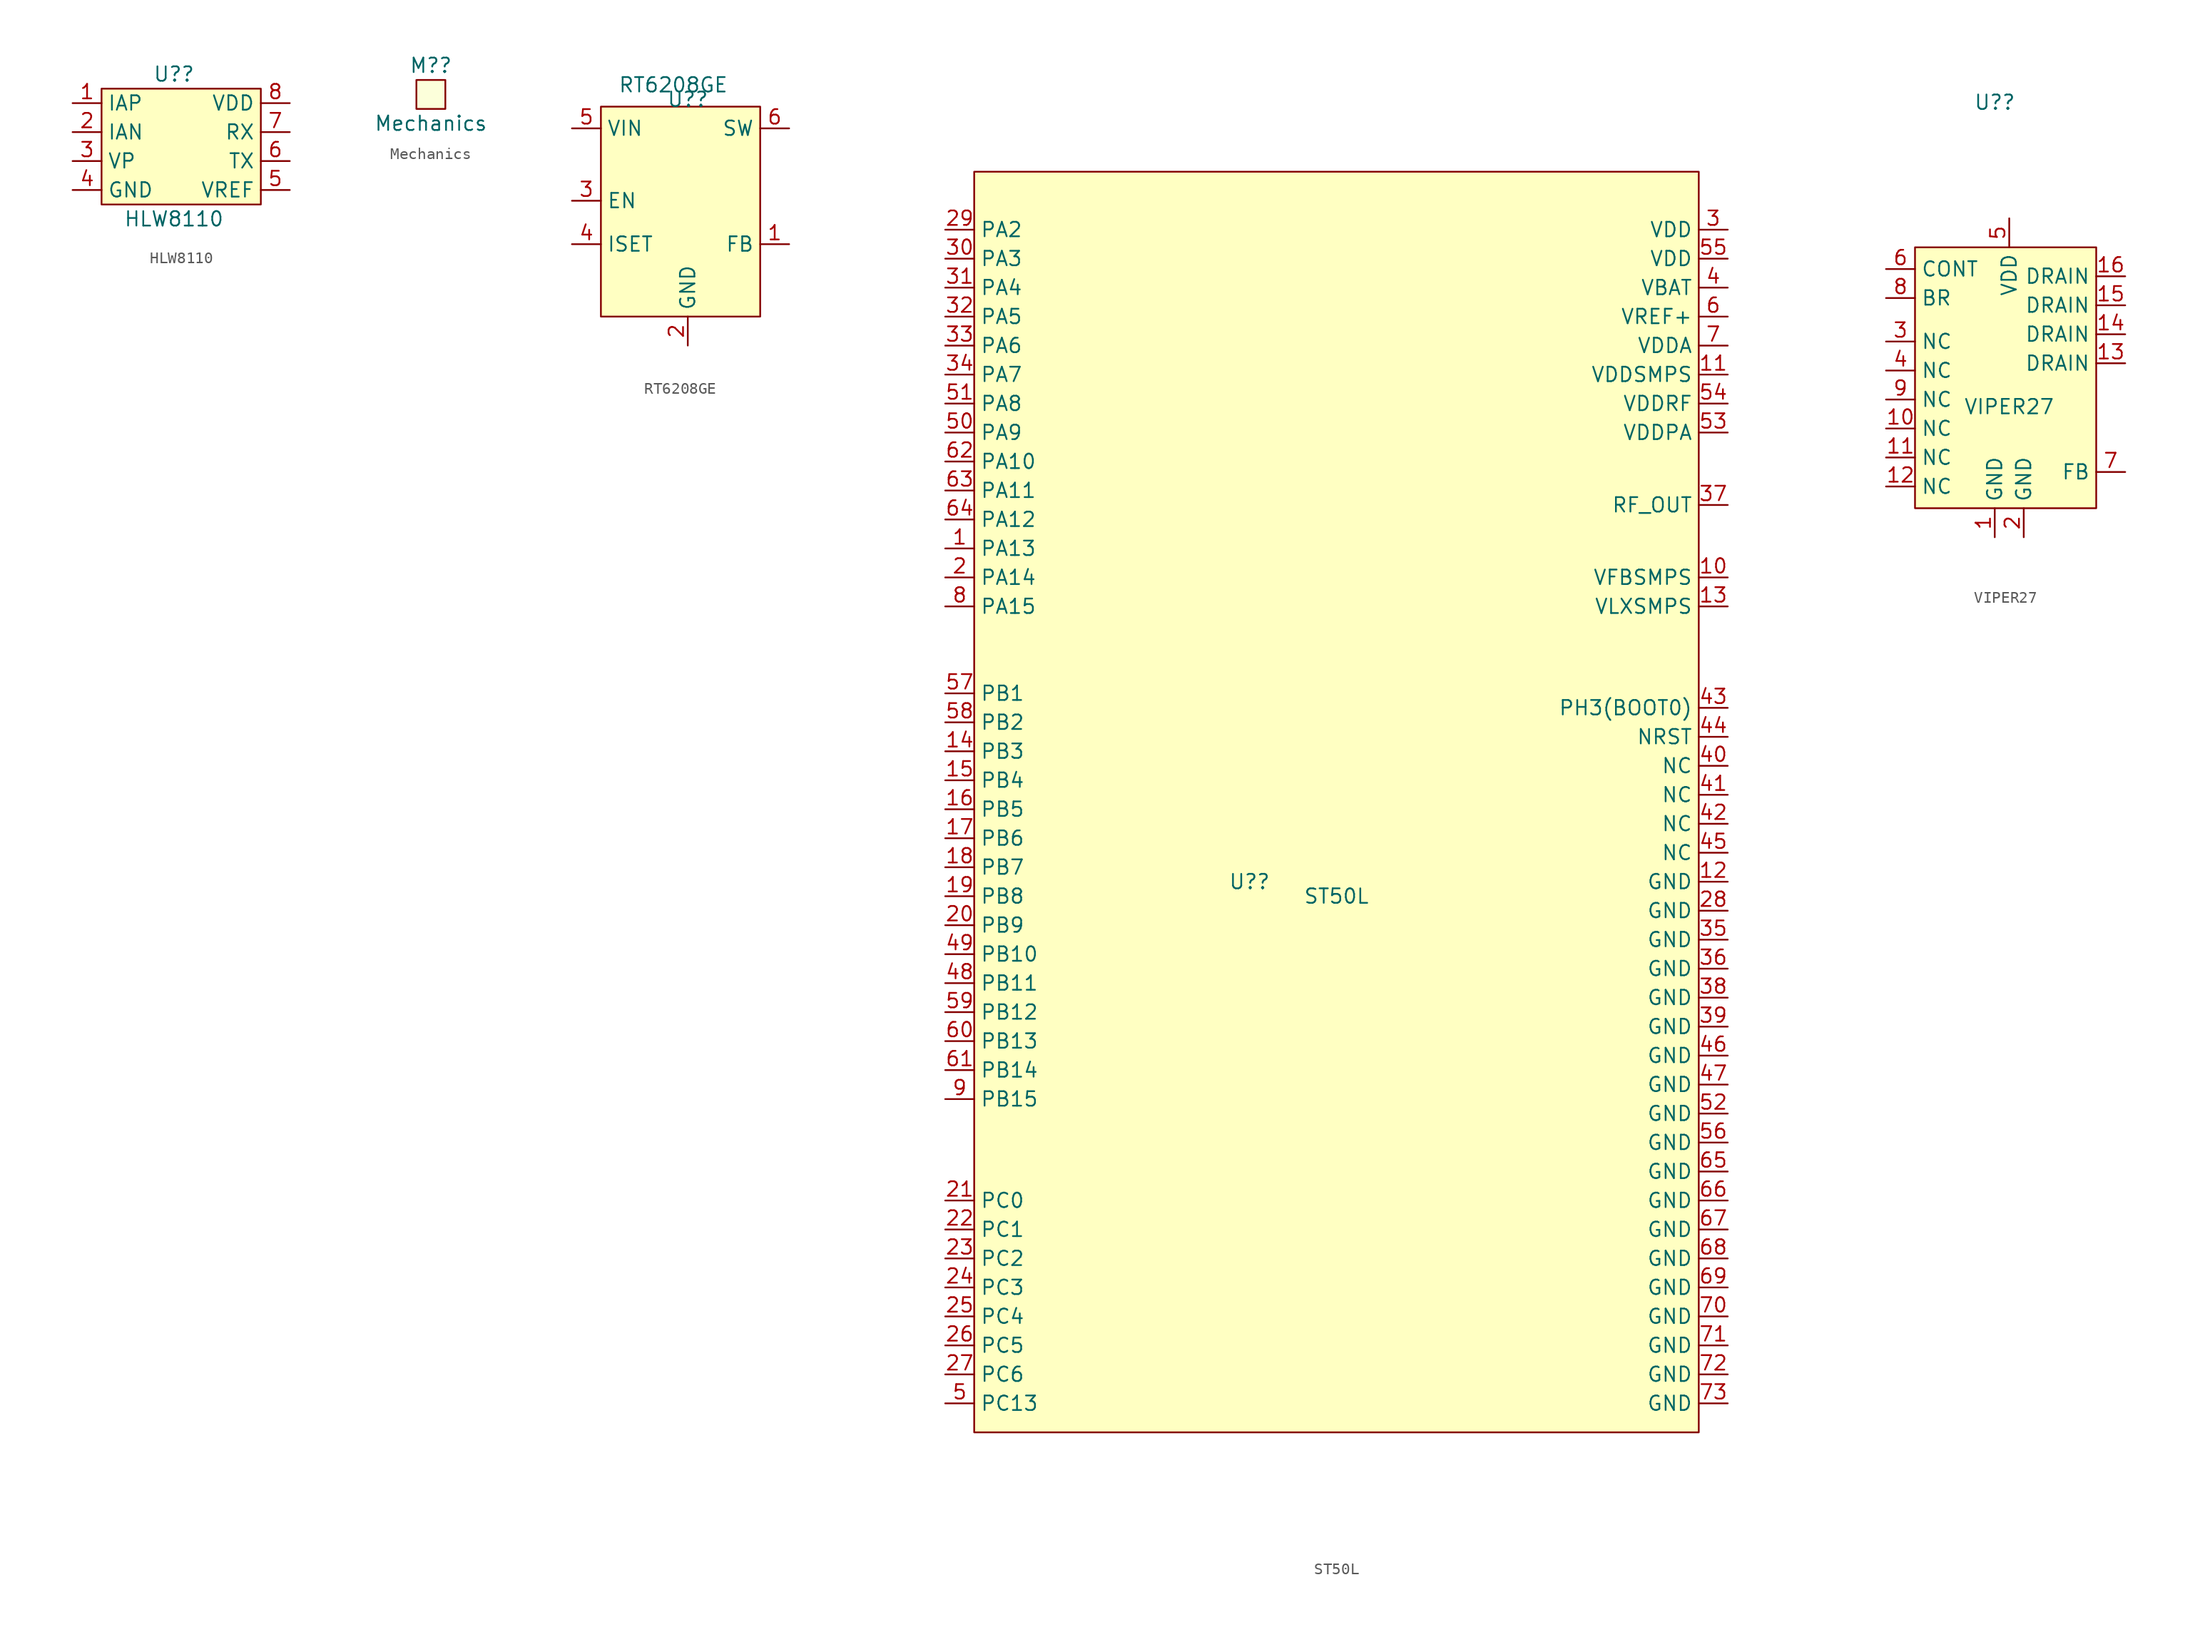
<source format=kicad_sym>
(kicad_symbol_lib
  (version 20220914)
  (generator kicad_symbol_editor)
  (symbol "HLW8110"
    (property "Reference" "U?"
      (at 0 6.35 0)
      (effects (font (size 1.27 1.27))))
    (property "Value" "HLW8110"
      (at 0 -6.35 0)
      (effects (font (size 1.27 1.27))))
    (symbol "HLW8110_0_1"
      (rectangle (start -6.35 5.08) (end 7.62 -5.08) (stroke (width 0) (type default)) (fill (type background))))
    (symbol "HLW8110_1_1"
      (pin passive line (at -8.89 3.81 0) (length 2.54) (name "IAP" (effects (font (size 1.27 1.27)))) (number "1" (effects (font (size 1.27 1.27)))))
      (pin passive line (at -8.89 1.27 0) (length 2.54) (name "IAN" (effects (font (size 1.27 1.27)))) (number "2" (effects (font (size 1.27 1.27)))))
      (pin passive line (at -8.89 -1.27 0) (length 2.54) (name "VP" (effects (font (size 1.27 1.27)))) (number "3" (effects (font (size 1.27 1.27)))))
      (pin passive line (at -8.89 -3.81 0) (length 2.54) (name "GND" (effects (font (size 1.27 1.27)))) (number "4" (effects (font (size 1.27 1.27)))))
      (pin passive line (at 10.16 -3.81 180) (length 2.54) (name "VREF" (effects (font (size 1.27 1.27)))) (number "5" (effects (font (size 1.27 1.27)))))
      (pin passive line (at 10.16 -1.27 180) (length 2.54) (name "TX" (effects (font (size 1.27 1.27)))) (number "6" (effects (font (size 1.27 1.27)))))
      (pin passive line (at 10.16 1.27 180) (length 2.54) (name "RX" (effects (font (size 1.27 1.27)))) (number "7" (effects (font (size 1.27 1.27)))))
      (pin passive line (at 10.16 3.81 180) (length 2.54) (name "VDD" (effects (font (size 1.27 1.27)))) (number "8" (effects (font (size 1.27 1.27)))))))
  (symbol "Mechanics"
    (property "Reference" "M?"
      (at 0 0 0)
      (effects (font (size 1.27 1.27))))
    (property "Value" "Mechanics"
      (at 0 -5.08 0)
      (effects (font (size 1.27 1.27))))
    (symbol "Mechanics_0_1"
      (rectangle (start -1.27 -1.27) (end 1.27 -3.81) (stroke (width 0) (type default)) (fill (type color) (color 252 255 218 1)))))
  (symbol "RT6208GE"
    (property "Reference" "U?"
      (at 1.27 -1.27 0)
      (effects (font (size 1.27 1.27))))
    (property "Value" "RT6208GE"
      (at 0 0 0)
      (effects (font (size 1.27 1.27))))
    (symbol "RT6208GE_0_1"
      (rectangle (start -6.35 -1.905) (end 7.62 -20.32) (stroke (width 0) (type default)) (fill (type background))))
    (symbol "RT6208GE_1_1"
      (pin passive line (at 10.16 -13.97 180) (length 2.54) (name "FB" (effects (font (size 1.27 1.27)))) (number "1" (effects (font (size 1.27 1.27)))))
      (pin passive line (at 1.27 -22.86 90) (length 2.54) (name "GND" (effects (font (size 1.27 1.27)))) (number "2" (effects (font (size 1.27 1.27)))))
      (pin passive line (at -8.89 -10.16 0) (length 2.54) (name "EN" (effects (font (size 1.27 1.27)))) (number "3" (effects (font (size 1.27 1.27)))))
      (pin passive line (at -8.89 -13.97 0) (length 2.54) (name "ISET" (effects (font (size 1.27 1.27)))) (number "4" (effects (font (size 1.27 1.27)))))
      (pin passive line (at -8.89 -3.81 0) (length 2.54) (name "VIN" (effects (font (size 1.27 1.27)))) (number "5" (effects (font (size 1.27 1.27)))))
      (pin passive line (at 10.16 -3.81 180) (length 2.54) (name "SW" (effects (font (size 1.27 1.27)))) (number "6" (effects (font (size 1.27 1.27)))))))
  (symbol "ST50L"
    (property "Reference" "U?"
      (at -8.89 8.89 0)
      (effects (font (size 1.27 1.27))))
    (property "Value" "ST50L"
      (at -1.27 7.62 0)
      (effects (font (size 1.27 1.27))))
    (symbol "ST50L_0_1"
      (rectangle (start -33.02 71.12) (end 30.48 -39.37) (stroke (width 0) (type default)) (fill (type background))))
    (symbol "ST50L_1_1"
      (pin passive line (at -35.56 38.1 0) (length 2.54) (name "PA13" (effects (font (size 1.27 1.27)))) (number "1" (effects (font (size 1.27 1.27)))))
      (pin passive line (at 33.02 35.56 180) (length 2.54) (name "VFBSMPS" (effects (font (size 1.27 1.27)))) (number "10" (effects (font (size 1.27 1.27)))))
      (pin passive line (at 33.02 53.34 180) (length 2.54) (name "VDDSMPS" (effects (font (size 1.27 1.27)))) (number "11" (effects (font (size 1.27 1.27)))))
      (pin passive line (at 33.02 8.89 180) (length 2.54) (name "GND" (effects (font (size 1.27 1.27)))) (number "12" (effects (font (size 1.27 1.27)))))
      (pin passive line (at 33.02 33.02 180) (length 2.54) (name "VLXSMPS" (effects (font (size 1.27 1.27)))) (number "13" (effects (font (size 1.27 1.27)))))
      (pin passive line (at -35.56 20.32 0) (length 2.54) (name "PB3" (effects (font (size 1.27 1.27)))) (number "14" (effects (font (size 1.27 1.27)))))
      (pin passive line (at -35.56 17.78 0) (length 2.54) (name "PB4" (effects (font (size 1.27 1.27)))) (number "15" (effects (font (size 1.27 1.27)))))
      (pin passive line (at -35.56 15.24 0) (length 2.54) (name "PB5" (effects (font (size 1.27 1.27)))) (number "16" (effects (font (size 1.27 1.27)))))
      (pin passive line (at -35.56 12.7 0) (length 2.54) (name "PB6" (effects (font (size 1.27 1.27)))) (number "17" (effects (font (size 1.27 1.27)))))
      (pin passive line (at -35.56 10.16 0) (length 2.54) (name "PB7" (effects (font (size 1.27 1.27)))) (number "18" (effects (font (size 1.27 1.27)))))
      (pin passive line (at -35.56 7.62 0) (length 2.54) (name "PB8" (effects (font (size 1.27 1.27)))) (number "19" (effects (font (size 1.27 1.27)))))
      (pin passive line (at -35.56 35.56 0) (length 2.54) (name "PA14" (effects (font (size 1.27 1.27)))) (number "2" (effects (font (size 1.27 1.27)))))
      (pin passive line (at -35.56 5.08 0) (length 2.54) (name "PB9" (effects (font (size 1.27 1.27)))) (number "20" (effects (font (size 1.27 1.27)))))
      (pin passive line (at -35.56 -19.05 0) (length 2.54) (name "PC0" (effects (font (size 1.27 1.27)))) (number "21" (effects (font (size 1.27 1.27)))))
      (pin passive line (at -35.56 -21.59 0) (length 2.54) (name "PC1" (effects (font (size 1.27 1.27)))) (number "22" (effects (font (size 1.27 1.27)))))
      (pin passive line (at -35.56 -24.13 0) (length 2.54) (name "PC2" (effects (font (size 1.27 1.27)))) (number "23" (effects (font (size 1.27 1.27)))))
      (pin passive line (at -35.56 -26.67 0) (length 2.54) (name "PC3" (effects (font (size 1.27 1.27)))) (number "24" (effects (font (size 1.27 1.27)))))
      (pin passive line (at -35.56 -29.21 0) (length 2.54) (name "PC4" (effects (font (size 1.27 1.27)))) (number "25" (effects (font (size 1.27 1.27)))))
      (pin passive line (at -35.56 -31.75 0) (length 2.54) (name "PC5" (effects (font (size 1.27 1.27)))) (number "26" (effects (font (size 1.27 1.27)))))
      (pin passive line (at -35.56 -34.29 0) (length 2.54) (name "PC6" (effects (font (size 1.27 1.27)))) (number "27" (effects (font (size 1.27 1.27)))))
      (pin passive line (at 33.02 6.35 180) (length 2.54) (name "GND" (effects (font (size 1.27 1.27)))) (number "28" (effects (font (size 1.27 1.27)))))
      (pin passive line (at -35.56 66.04 0) (length 2.54) (name "PA2" (effects (font (size 1.27 1.27)))) (number "29" (effects (font (size 1.27 1.27)))))
      (pin passive line (at 33.02 66.04 180) (length 2.54) (name "VDD" (effects (font (size 1.27 1.27)))) (number "3" (effects (font (size 1.27 1.27)))))
      (pin passive line (at -35.56 63.5 0) (length 2.54) (name "PA3" (effects (font (size 1.27 1.27)))) (number "30" (effects (font (size 1.27 1.27)))))
      (pin passive line (at -35.56 60.96 0) (length 2.54) (name "PA4" (effects (font (size 1.27 1.27)))) (number "31" (effects (font (size 1.27 1.27)))))
      (pin passive line (at -35.56 58.42 0) (length 2.54) (name "PA5" (effects (font (size 1.27 1.27)))) (number "32" (effects (font (size 1.27 1.27)))))
      (pin passive line (at -35.56 55.88 0) (length 2.54) (name "PA6" (effects (font (size 1.27 1.27)))) (number "33" (effects (font (size 1.27 1.27)))))
      (pin passive line (at -35.56 53.34 0) (length 2.54) (name "PA7" (effects (font (size 1.27 1.27)))) (number "34" (effects (font (size 1.27 1.27)))))
      (pin passive line (at 33.02 3.81 180) (length 2.54) (name "GND" (effects (font (size 1.27 1.27)))) (number "35" (effects (font (size 1.27 1.27)))))
      (pin passive line (at 33.02 1.27 180) (length 2.54) (name "GND" (effects (font (size 1.27 1.27)))) (number "36" (effects (font (size 1.27 1.27)))))
      (pin passive line (at 33.02 41.91 180) (length 2.54) (name "RF_OUT" (effects (font (size 1.27 1.27)))) (number "37" (effects (font (size 1.27 1.27)))))
      (pin passive line (at 33.02 -1.27 180) (length 2.54) (name "GND" (effects (font (size 1.27 1.27)))) (number "38" (effects (font (size 1.27 1.27)))))
      (pin passive line (at 33.02 -3.81 180) (length 2.54) (name "GND" (effects (font (size 1.27 1.27)))) (number "39" (effects (font (size 1.27 1.27)))))
      (pin passive line (at 33.02 60.96 180) (length 2.54) (name "VBAT" (effects (font (size 1.27 1.27)))) (number "4" (effects (font (size 1.27 1.27)))))
      (pin passive line (at 33.02 19.05 180) (length 2.54) (name "NC" (effects (font (size 1.27 1.27)))) (number "40" (effects (font (size 1.27 1.27)))))
      (pin passive line (at 33.02 16.51 180) (length 2.54) (name "NC" (effects (font (size 1.27 1.27)))) (number "41" (effects (font (size 1.27 1.27)))))
      (pin passive line (at 33.02 13.97 180) (length 2.54) (name "NC" (effects (font (size 1.27 1.27)))) (number "42" (effects (font (size 1.27 1.27)))))
      (pin passive line (at 33.02 24.13 180) (length 2.54) (name "PH3(BOOT0)" (effects (font (size 1.27 1.27)))) (number "43" (effects (font (size 1.27 1.27)))))
      (pin passive line (at 33.02 21.59 180) (length 2.54) (name "NRST" (effects (font (size 1.27 1.27)))) (number "44" (effects (font (size 1.27 1.27)))))
      (pin passive line (at 33.02 11.43 180) (length 2.54) (name "NC" (effects (font (size 1.27 1.27)))) (number "45" (effects (font (size 1.27 1.27)))))
      (pin passive line (at 33.02 -6.35 180) (length 2.54) (name "GND" (effects (font (size 1.27 1.27)))) (number "46" (effects (font (size 1.27 1.27)))))
      (pin passive line (at 33.02 -8.89 180) (length 2.54) (name "GND" (effects (font (size 1.27 1.27)))) (number "47" (effects (font (size 1.27 1.27)))))
      (pin passive line (at -35.56 0 0) (length 2.54) (name "PB11" (effects (font (size 1.27 1.27)))) (number "48" (effects (font (size 1.27 1.27)))))
      (pin passive line (at -35.56 2.54 0) (length 2.54) (name "PB10" (effects (font (size 1.27 1.27)))) (number "49" (effects (font (size 1.27 1.27)))))
      (pin passive line (at -35.56 -36.83 0) (length 2.54) (name "PC13" (effects (font (size 1.27 1.27)))) (number "5" (effects (font (size 1.27 1.27)))))
      (pin passive line (at -35.56 48.26 0) (length 2.54) (name "PA9" (effects (font (size 1.27 1.27)))) (number "50" (effects (font (size 1.27 1.27)))))
      (pin passive line (at -35.56 50.8 0) (length 2.54) (name "PA8" (effects (font (size 1.27 1.27)))) (number "51" (effects (font (size 1.27 1.27)))))
      (pin passive line (at 33.02 -11.43 180) (length 2.54) (name "GND" (effects (font (size 1.27 1.27)))) (number "52" (effects (font (size 1.27 1.27)))))
      (pin passive line (at 33.02 48.26 180) (length 2.54) (name "VDDPA" (effects (font (size 1.27 1.27)))) (number "53" (effects (font (size 1.27 1.27)))))
      (pin passive line (at 33.02 50.8 180) (length 2.54) (name "VDDRF" (effects (font (size 1.27 1.27)))) (number "54" (effects (font (size 1.27 1.27)))))
      (pin passive line (at 33.02 63.5 180) (length 2.54) (name "VDD" (effects (font (size 1.27 1.27)))) (number "55" (effects (font (size 1.27 1.27)))))
      (pin passive line (at 33.02 -13.97 180) (length 2.54) (name "GND" (effects (font (size 1.27 1.27)))) (number "56" (effects (font (size 1.27 1.27)))))
      (pin passive line (at -35.56 25.4 0) (length 2.54) (name "PB1" (effects (font (size 1.27 1.27)))) (number "57" (effects (font (size 1.27 1.27)))))
      (pin passive line (at -35.56 22.86 0) (length 2.54) (name "PB2" (effects (font (size 1.27 1.27)))) (number "58" (effects (font (size 1.27 1.27)))))
      (pin passive line (at -35.56 -2.54 0) (length 2.54) (name "PB12" (effects (font (size 1.27 1.27)))) (number "59" (effects (font (size 1.27 1.27)))))
      (pin passive line (at 33.02 58.42 180) (length 2.54) (name "VREF+" (effects (font (size 1.27 1.27)))) (number "6" (effects (font (size 1.27 1.27)))))
      (pin passive line (at -35.56 -5.08 0) (length 2.54) (name "PB13" (effects (font (size 1.27 1.27)))) (number "60" (effects (font (size 1.27 1.27)))))
      (pin passive line (at -35.56 -7.62 0) (length 2.54) (name "PB14" (effects (font (size 1.27 1.27)))) (number "61" (effects (font (size 1.27 1.27)))))
      (pin passive line (at -35.56 45.72 0) (length 2.54) (name "PA10" (effects (font (size 1.27 1.27)))) (number "62" (effects (font (size 1.27 1.27)))))
      (pin passive line (at -35.56 43.18 0) (length 2.54) (name "PA11" (effects (font (size 1.27 1.27)))) (number "63" (effects (font (size 1.27 1.27)))))
      (pin passive line (at -35.56 40.64 0) (length 2.54) (name "PA12" (effects (font (size 1.27 1.27)))) (number "64" (effects (font (size 1.27 1.27)))))
      (pin passive line (at 33.02 -16.51 180) (length 2.54) (name "GND" (effects (font (size 1.27 1.27)))) (number "65" (effects (font (size 1.27 1.27)))))
      (pin passive line (at 33.02 -19.05 180) (length 2.54) (name "GND" (effects (font (size 1.27 1.27)))) (number "66" (effects (font (size 1.27 1.27)))))
      (pin passive line (at 33.02 -21.59 180) (length 2.54) (name "GND" (effects (font (size 1.27 1.27)))) (number "67" (effects (font (size 1.27 1.27)))))
      (pin passive line (at 33.02 -24.13 180) (length 2.54) (name "GND" (effects (font (size 1.27 1.27)))) (number "68" (effects (font (size 1.27 1.27)))))
      (pin passive line (at 33.02 -26.67 180) (length 2.54) (name "GND" (effects (font (size 1.27 1.27)))) (number "69" (effects (font (size 1.27 1.27)))))
      (pin passive line (at 33.02 55.88 180) (length 2.54) (name "VDDA" (effects (font (size 1.27 1.27)))) (number "7" (effects (font (size 1.27 1.27)))))
      (pin passive line (at 33.02 -29.21 180) (length 2.54) (name "GND" (effects (font (size 1.27 1.27)))) (number "70" (effects (font (size 1.27 1.27)))))
      (pin passive line (at 33.02 -31.75 180) (length 2.54) (name "GND" (effects (font (size 1.27 1.27)))) (number "71" (effects (font (size 1.27 1.27)))))
      (pin passive line (at 33.02 -34.29 180) (length 2.54) (name "GND" (effects (font (size 1.27 1.27)))) (number "72" (effects (font (size 1.27 1.27)))))
      (pin passive line (at 33.02 -36.83 180) (length 2.54) (name "GND" (effects (font (size 1.27 1.27)))) (number "73" (effects (font (size 1.27 1.27)))))
      (pin passive line (at -35.56 33.02 0) (length 2.54) (name "PA15" (effects (font (size 1.27 1.27)))) (number "8" (effects (font (size 1.27 1.27)))))
      (pin passive line (at -35.56 -10.16 0) (length 2.54) (name "PB15" (effects (font (size 1.27 1.27)))) (number "9" (effects (font (size 1.27 1.27)))))))
  (symbol "VIPER27"
    (property "Reference" "U?"
      (at 0 1.27 0)
      (effects (font (size 1.27 1.27))))
    (property "Value" "VIPER27"
      (at 1.27 -25.4 0)
      (effects (font (size 1.27 1.27))))
    (symbol "VIPER27_0_1"
      (rectangle (start -6.985 -11.43) (end 8.89 -34.29) (stroke (width 0) (type default)) (fill (type background))))
    (symbol "VIPER27_1_1"
      (pin passive line (at 0 -36.83 90) (length 2.54) (name "GND" (effects (font (size 1.27 1.27)))) (number "1" (effects (font (size 1.27 1.27)))))
      (pin passive line (at -9.525 -27.305 0) (length 2.54) (name "NC" (effects (font (size 1.27 1.27)))) (number "10" (effects (font (size 1.27 1.27)))))
      (pin passive line (at -9.525 -29.845 0) (length 2.54) (name "NC" (effects (font (size 1.27 1.27)))) (number "11" (effects (font (size 1.27 1.27)))))
      (pin passive line (at -9.525 -32.385 0) (length 2.54) (name "NC" (effects (font (size 1.27 1.27)))) (number "12" (effects (font (size 1.27 1.27)))))
      (pin passive line (at 11.43 -21.59 180) (length 2.54) (name "DRAIN" (effects (font (size 1.27 1.27)))) (number "13" (effects (font (size 1.27 1.27)))))
      (pin passive line (at 11.43 -19.05 180) (length 2.54) (name "DRAIN" (effects (font (size 1.27 1.27)))) (number "14" (effects (font (size 1.27 1.27)))))
      (pin passive line (at 11.43 -16.51 180) (length 2.54) (name "DRAIN" (effects (font (size 1.27 1.27)))) (number "15" (effects (font (size 1.27 1.27)))))
      (pin passive line (at 11.43 -13.97 180) (length 2.54) (name "DRAIN" (effects (font (size 1.27 1.27)))) (number "16" (effects (font (size 1.27 1.27)))))
      (pin passive line (at 2.54 -36.83 90) (length 2.54) (name "GND" (effects (font (size 1.27 1.27)))) (number "2" (effects (font (size 1.27 1.27)))))
      (pin passive line (at -9.525 -19.685 0) (length 2.54) (name "NC" (effects (font (size 1.27 1.27)))) (number "3" (effects (font (size 1.27 1.27)))))
      (pin passive line (at -9.525 -22.225 0) (length 2.54) (name "NC" (effects (font (size 1.27 1.27)))) (number "4" (effects (font (size 1.27 1.27)))))
      (pin passive line (at 1.27 -8.89 270) (length 2.54) (name "VDD" (effects (font (size 1.27 1.27)))) (number "5" (effects (font (size 1.27 1.27)))))
      (pin passive line (at -9.525 -13.335 0) (length 2.54) (name "CONT" (effects (font (size 1.27 1.27)))) (number "6" (effects (font (size 1.27 1.27)))))
      (pin passive line (at 11.43 -31.115 180) (length 2.54) (name "FB" (effects (font (size 1.27 1.27)))) (number "7" (effects (font (size 1.27 1.27)))))
      (pin passive line (at -9.525 -15.875 0) (length 2.54) (name "BR" (effects (font (size 1.27 1.27)))) (number "8" (effects (font (size 1.27 1.27)))))
      (pin passive line (at -9.525 -24.765 0) (length 2.54) (name "NC" (effects (font (size 1.27 1.27)))) (number "9" (effects (font (size 1.27 1.27))))))))
</source>
